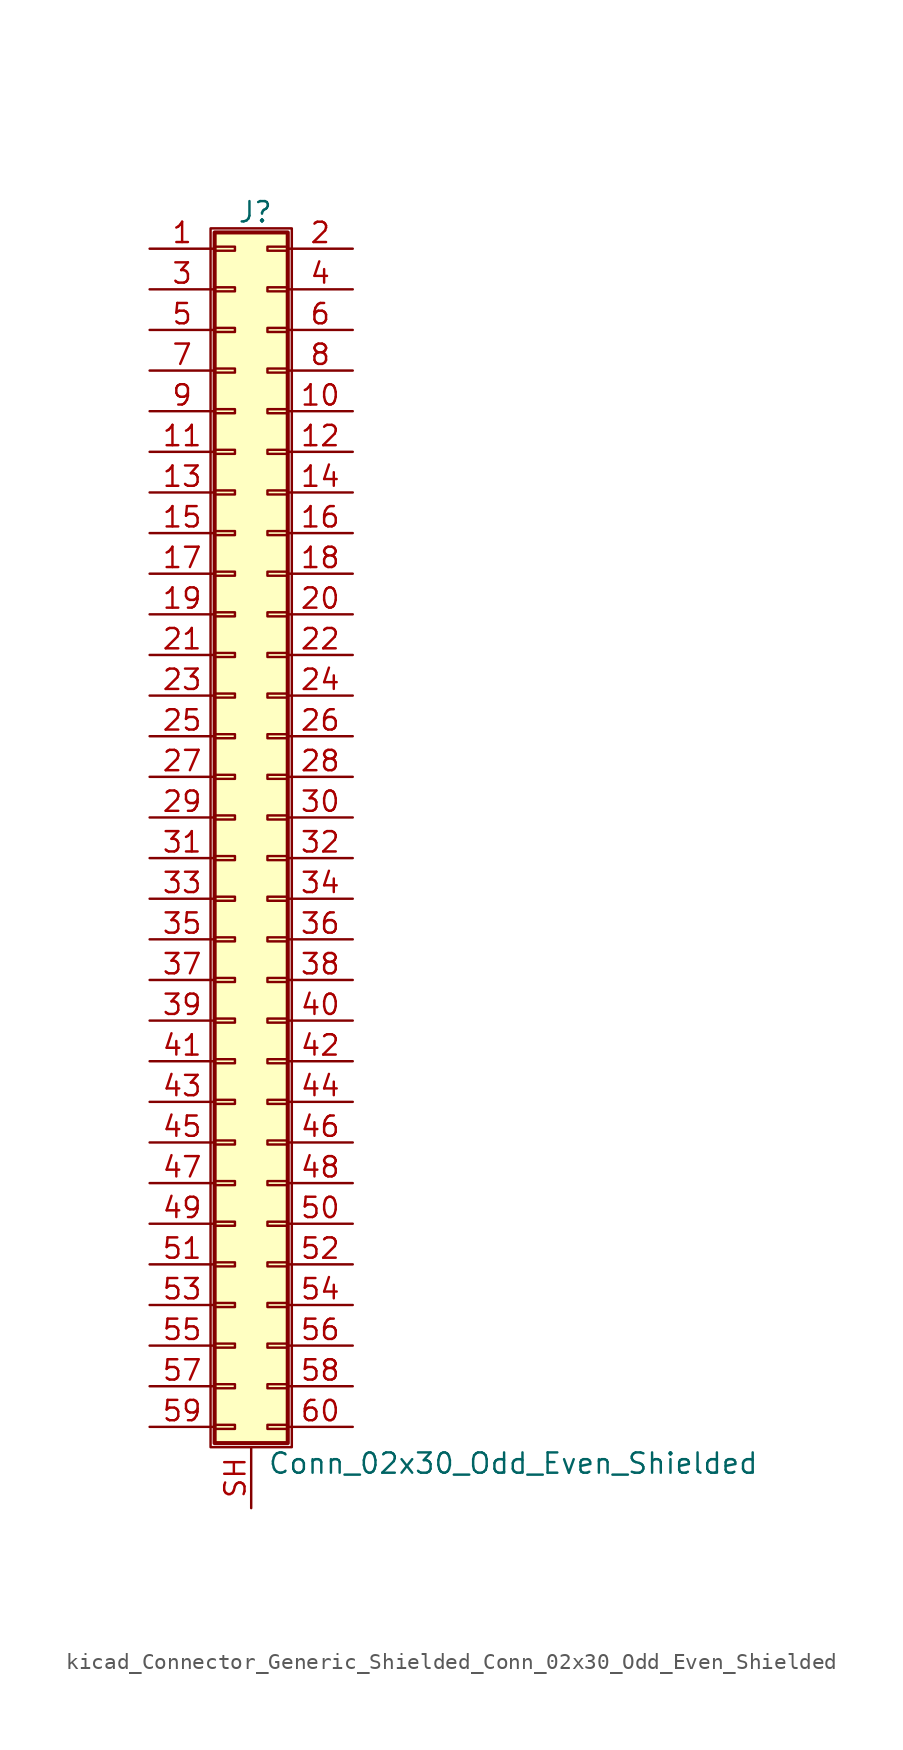
<source format=kicad_sym>
(kicad_symbol_lib
  (version 20220914)
  (generator kicad_symbol_editor)
  (symbol "kicad_Connector_Generic_Shielded_Conn_02x30_Odd_Even_Shielded"
    (pin_names
      (offset 1.016) hide)
    (property "Reference" "J"
      (at 1.524 37.846 0)
      (effects (font (size 1.27 1.27))))
    (property "Value" "Conn_02x30_Odd_Even_Shielded"
      (at 2.286 -40.386 0)
      (effects (font (size 1.27 1.27)) (justify left)))
    (symbol "kicad_Connector_Generic_Shielded_Conn_02x30_Odd_Even_Shielded_1_1"
      (rectangle (start -1.27 36.83) (end 3.81 -39.37) (stroke (width 0.152) (type default)) (fill (type none)))
      (rectangle (start -1.016 -37.973) (end 0.254 -38.227) (stroke (width 0.152) (type default)) (fill (type none)))
      (rectangle (start -1.016 -35.433) (end 0.254 -35.687) (stroke (width 0.152) (type default)) (fill (type none)))
      (rectangle (start -1.016 -32.893) (end 0.254 -33.147) (stroke (width 0.152) (type default)) (fill (type none)))
      (rectangle (start -1.016 -30.353) (end 0.254 -30.607) (stroke (width 0.152) (type default)) (fill (type none)))
      (rectangle (start -1.016 -27.813) (end 0.254 -28.067) (stroke (width 0.152) (type default)) (fill (type none)))
      (rectangle (start -1.016 -25.273) (end 0.254 -25.527) (stroke (width 0.152) (type default)) (fill (type none)))
      (rectangle (start -1.016 -22.733) (end 0.254 -22.987) (stroke (width 0.152) (type default)) (fill (type none)))
      (rectangle (start -1.016 -20.193) (end 0.254 -20.447) (stroke (width 0.152) (type default)) (fill (type none)))
      (rectangle (start -1.016 -17.653) (end 0.254 -17.907) (stroke (width 0.152) (type default)) (fill (type none)))
      (rectangle (start -1.016 -15.113) (end 0.254 -15.367) (stroke (width 0.152) (type default)) (fill (type none)))
      (rectangle (start -1.016 -12.573) (end 0.254 -12.827) (stroke (width 0.152) (type default)) (fill (type none)))
      (rectangle (start -1.016 -10.033) (end 0.254 -10.287) (stroke (width 0.152) (type default)) (fill (type none)))
      (rectangle (start -1.016 -7.493) (end 0.254 -7.747) (stroke (width 0.152) (type default)) (fill (type none)))
      (rectangle (start -1.016 -4.953) (end 0.254 -5.207) (stroke (width 0.152) (type default)) (fill (type none)))
      (rectangle (start -1.016 -2.413) (end 0.254 -2.667) (stroke (width 0.152) (type default)) (fill (type none)))
      (rectangle (start -1.016 0.127) (end 0.254 -0.127) (stroke (width 0.152) (type default)) (fill (type none)))
      (rectangle (start -1.016 2.667) (end 0.254 2.413) (stroke (width 0.152) (type default)) (fill (type none)))
      (rectangle (start -1.016 5.207) (end 0.254 4.953) (stroke (width 0.152) (type default)) (fill (type none)))
      (rectangle (start -1.016 7.747) (end 0.254 7.493) (stroke (width 0.152) (type default)) (fill (type none)))
      (rectangle (start -1.016 10.287) (end 0.254 10.033) (stroke (width 0.152) (type default)) (fill (type none)))
      (rectangle (start -1.016 12.827) (end 0.254 12.573) (stroke (width 0.152) (type default)) (fill (type none)))
      (rectangle (start -1.016 15.367) (end 0.254 15.113) (stroke (width 0.152) (type default)) (fill (type none)))
      (rectangle (start -1.016 17.907) (end 0.254 17.653) (stroke (width 0.152) (type default)) (fill (type none)))
      (rectangle (start -1.016 20.447) (end 0.254 20.193) (stroke (width 0.152) (type default)) (fill (type none)))
      (rectangle (start -1.016 22.987) (end 0.254 22.733) (stroke (width 0.152) (type default)) (fill (type none)))
      (rectangle (start -1.016 25.527) (end 0.254 25.273) (stroke (width 0.152) (type default)) (fill (type none)))
      (rectangle (start -1.016 28.067) (end 0.254 27.813) (stroke (width 0.152) (type default)) (fill (type none)))
      (rectangle (start -1.016 30.607) (end 0.254 30.353) (stroke (width 0.152) (type default)) (fill (type none)))
      (rectangle (start -1.016 33.147) (end 0.254 32.893) (stroke (width 0.152) (type default)) (fill (type none)))
      (rectangle (start -1.016 35.687) (end 0.254 35.433) (stroke (width 0.152) (type default)) (fill (type none)))
      (rectangle (start -1.016 36.576) (end 3.556 -39.116) (stroke (width 0.254) (type default)) (fill (type background)))
      (rectangle (start 3.556 -37.973) (end 2.286 -38.227) (stroke (width 0.152) (type default)) (fill (type none)))
      (rectangle (start 3.556 -35.433) (end 2.286 -35.687) (stroke (width 0.152) (type default)) (fill (type none)))
      (rectangle (start 3.556 -32.893) (end 2.286 -33.147) (stroke (width 0.152) (type default)) (fill (type none)))
      (rectangle (start 3.556 -30.353) (end 2.286 -30.607) (stroke (width 0.152) (type default)) (fill (type none)))
      (rectangle (start 3.556 -27.813) (end 2.286 -28.067) (stroke (width 0.152) (type default)) (fill (type none)))
      (rectangle (start 3.556 -25.273) (end 2.286 -25.527) (stroke (width 0.152) (type default)) (fill (type none)))
      (rectangle (start 3.556 -22.733) (end 2.286 -22.987) (stroke (width 0.152) (type default)) (fill (type none)))
      (rectangle (start 3.556 -20.193) (end 2.286 -20.447) (stroke (width 0.152) (type default)) (fill (type none)))
      (rectangle (start 3.556 -17.653) (end 2.286 -17.907) (stroke (width 0.152) (type default)) (fill (type none)))
      (rectangle (start 3.556 -15.113) (end 2.286 -15.367) (stroke (width 0.152) (type default)) (fill (type none)))
      (rectangle (start 3.556 -12.573) (end 2.286 -12.827) (stroke (width 0.152) (type default)) (fill (type none)))
      (rectangle (start 3.556 -10.033) (end 2.286 -10.287) (stroke (width 0.152) (type default)) (fill (type none)))
      (rectangle (start 3.556 -7.493) (end 2.286 -7.747) (stroke (width 0.152) (type default)) (fill (type none)))
      (rectangle (start 3.556 -4.953) (end 2.286 -5.207) (stroke (width 0.152) (type default)) (fill (type none)))
      (rectangle (start 3.556 -2.413) (end 2.286 -2.667) (stroke (width 0.152) (type default)) (fill (type none)))
      (rectangle (start 3.556 0.127) (end 2.286 -0.127) (stroke (width 0.152) (type default)) (fill (type none)))
      (rectangle (start 3.556 2.667) (end 2.286 2.413) (stroke (width 0.152) (type default)) (fill (type none)))
      (rectangle (start 3.556 5.207) (end 2.286 4.953) (stroke (width 0.152) (type default)) (fill (type none)))
      (rectangle (start 3.556 7.747) (end 2.286 7.493) (stroke (width 0.152) (type default)) (fill (type none)))
      (rectangle (start 3.556 10.287) (end 2.286 10.033) (stroke (width 0.152) (type default)) (fill (type none)))
      (rectangle (start 3.556 12.827) (end 2.286 12.573) (stroke (width 0.152) (type default)) (fill (type none)))
      (rectangle (start 3.556 15.367) (end 2.286 15.113) (stroke (width 0.152) (type default)) (fill (type none)))
      (rectangle (start 3.556 17.907) (end 2.286 17.653) (stroke (width 0.152) (type default)) (fill (type none)))
      (rectangle (start 3.556 20.447) (end 2.286 20.193) (stroke (width 0.152) (type default)) (fill (type none)))
      (rectangle (start 3.556 22.987) (end 2.286 22.733) (stroke (width 0.152) (type default)) (fill (type none)))
      (rectangle (start 3.556 25.527) (end 2.286 25.273) (stroke (width 0.152) (type default)) (fill (type none)))
      (rectangle (start 3.556 28.067) (end 2.286 27.813) (stroke (width 0.152) (type default)) (fill (type none)))
      (rectangle (start 3.556 30.607) (end 2.286 30.353) (stroke (width 0.152) (type default)) (fill (type none)))
      (rectangle (start 3.556 33.147) (end 2.286 32.893) (stroke (width 0.152) (type default)) (fill (type none)))
      (rectangle (start 3.556 35.687) (end 2.286 35.433) (stroke (width 0.152) (type default)) (fill (type none)))
      (pin passive line (at -5.08 35.56 0) (length 4.064) (name "Pin_1" (effects (font (size 1.27 1.27)))) (number "1" (effects (font (size 1.27 1.27)))))
      (pin passive line (at 7.62 25.4 180) (length 4.064) (name "Pin_10" (effects (font (size 1.27 1.27)))) (number "10" (effects (font (size 1.27 1.27)))))
      (pin passive line (at -5.08 22.86 0) (length 4.064) (name "Pin_11" (effects (font (size 1.27 1.27)))) (number "11" (effects (font (size 1.27 1.27)))))
      (pin passive line (at 7.62 22.86 180) (length 4.064) (name "Pin_12" (effects (font (size 1.27 1.27)))) (number "12" (effects (font (size 1.27 1.27)))))
      (pin passive line (at -5.08 20.32 0) (length 4.064) (name "Pin_13" (effects (font (size 1.27 1.27)))) (number "13" (effects (font (size 1.27 1.27)))))
      (pin passive line (at 7.62 20.32 180) (length 4.064) (name "Pin_14" (effects (font (size 1.27 1.27)))) (number "14" (effects (font (size 1.27 1.27)))))
      (pin passive line (at -5.08 17.78 0) (length 4.064) (name "Pin_15" (effects (font (size 1.27 1.27)))) (number "15" (effects (font (size 1.27 1.27)))))
      (pin passive line (at 7.62 17.78 180) (length 4.064) (name "Pin_16" (effects (font (size 1.27 1.27)))) (number "16" (effects (font (size 1.27 1.27)))))
      (pin passive line (at -5.08 15.24 0) (length 4.064) (name "Pin_17" (effects (font (size 1.27 1.27)))) (number "17" (effects (font (size 1.27 1.27)))))
      (pin passive line (at 7.62 15.24 180) (length 4.064) (name "Pin_18" (effects (font (size 1.27 1.27)))) (number "18" (effects (font (size 1.27 1.27)))))
      (pin passive line (at -5.08 12.7 0) (length 4.064) (name "Pin_19" (effects (font (size 1.27 1.27)))) (number "19" (effects (font (size 1.27 1.27)))))
      (pin passive line (at 7.62 35.56 180) (length 4.064) (name "Pin_2" (effects (font (size 1.27 1.27)))) (number "2" (effects (font (size 1.27 1.27)))))
      (pin passive line (at 7.62 12.7 180) (length 4.064) (name "Pin_20" (effects (font (size 1.27 1.27)))) (number "20" (effects (font (size 1.27 1.27)))))
      (pin passive line (at -5.08 10.16 0) (length 4.064) (name "Pin_21" (effects (font (size 1.27 1.27)))) (number "21" (effects (font (size 1.27 1.27)))))
      (pin passive line (at 7.62 10.16 180) (length 4.064) (name "Pin_22" (effects (font (size 1.27 1.27)))) (number "22" (effects (font (size 1.27 1.27)))))
      (pin passive line (at -5.08 7.62 0) (length 4.064) (name "Pin_23" (effects (font (size 1.27 1.27)))) (number "23" (effects (font (size 1.27 1.27)))))
      (pin passive line (at 7.62 7.62 180) (length 4.064) (name "Pin_24" (effects (font (size 1.27 1.27)))) (number "24" (effects (font (size 1.27 1.27)))))
      (pin passive line (at -5.08 5.08 0) (length 4.064) (name "Pin_25" (effects (font (size 1.27 1.27)))) (number "25" (effects (font (size 1.27 1.27)))))
      (pin passive line (at 7.62 5.08 180) (length 4.064) (name "Pin_26" (effects (font (size 1.27 1.27)))) (number "26" (effects (font (size 1.27 1.27)))))
      (pin passive line (at -5.08 2.54 0) (length 4.064) (name "Pin_27" (effects (font (size 1.27 1.27)))) (number "27" (effects (font (size 1.27 1.27)))))
      (pin passive line (at 7.62 2.54 180) (length 4.064) (name "Pin_28" (effects (font (size 1.27 1.27)))) (number "28" (effects (font (size 1.27 1.27)))))
      (pin passive line (at -5.08 0 0) (length 4.064) (name "Pin_29" (effects (font (size 1.27 1.27)))) (number "29" (effects (font (size 1.27 1.27)))))
      (pin passive line (at -5.08 33.02 0) (length 4.064) (name "Pin_3" (effects (font (size 1.27 1.27)))) (number "3" (effects (font (size 1.27 1.27)))))
      (pin passive line (at 7.62 0 180) (length 4.064) (name "Pin_30" (effects (font (size 1.27 1.27)))) (number "30" (effects (font (size 1.27 1.27)))))
      (pin passive line (at -5.08 -2.54 0) (length 4.064) (name "Pin_31" (effects (font (size 1.27 1.27)))) (number "31" (effects (font (size 1.27 1.27)))))
      (pin passive line (at 7.62 -2.54 180) (length 4.064) (name "Pin_32" (effects (font (size 1.27 1.27)))) (number "32" (effects (font (size 1.27 1.27)))))
      (pin passive line (at -5.08 -5.08 0) (length 4.064) (name "Pin_33" (effects (font (size 1.27 1.27)))) (number "33" (effects (font (size 1.27 1.27)))))
      (pin passive line (at 7.62 -5.08 180) (length 4.064) (name "Pin_34" (effects (font (size 1.27 1.27)))) (number "34" (effects (font (size 1.27 1.27)))))
      (pin passive line (at -5.08 -7.62 0) (length 4.064) (name "Pin_35" (effects (font (size 1.27 1.27)))) (number "35" (effects (font (size 1.27 1.27)))))
      (pin passive line (at 7.62 -7.62 180) (length 4.064) (name "Pin_36" (effects (font (size 1.27 1.27)))) (number "36" (effects (font (size 1.27 1.27)))))
      (pin passive line (at -5.08 -10.16 0) (length 4.064) (name "Pin_37" (effects (font (size 1.27 1.27)))) (number "37" (effects (font (size 1.27 1.27)))))
      (pin passive line (at 7.62 -10.16 180) (length 4.064) (name "Pin_38" (effects (font (size 1.27 1.27)))) (number "38" (effects (font (size 1.27 1.27)))))
      (pin passive line (at -5.08 -12.7 0) (length 4.064) (name "Pin_39" (effects (font (size 1.27 1.27)))) (number "39" (effects (font (size 1.27 1.27)))))
      (pin passive line (at 7.62 33.02 180) (length 4.064) (name "Pin_4" (effects (font (size 1.27 1.27)))) (number "4" (effects (font (size 1.27 1.27)))))
      (pin passive line (at 7.62 -12.7 180) (length 4.064) (name "Pin_40" (effects (font (size 1.27 1.27)))) (number "40" (effects (font (size 1.27 1.27)))))
      (pin passive line (at -5.08 -15.24 0) (length 4.064) (name "Pin_41" (effects (font (size 1.27 1.27)))) (number "41" (effects (font (size 1.27 1.27)))))
      (pin passive line (at 7.62 -15.24 180) (length 4.064) (name "Pin_42" (effects (font (size 1.27 1.27)))) (number "42" (effects (font (size 1.27 1.27)))))
      (pin passive line (at -5.08 -17.78 0) (length 4.064) (name "Pin_43" (effects (font (size 1.27 1.27)))) (number "43" (effects (font (size 1.27 1.27)))))
      (pin passive line (at 7.62 -17.78 180) (length 4.064) (name "Pin_44" (effects (font (size 1.27 1.27)))) (number "44" (effects (font (size 1.27 1.27)))))
      (pin passive line (at -5.08 -20.32 0) (length 4.064) (name "Pin_45" (effects (font (size 1.27 1.27)))) (number "45" (effects (font (size 1.27 1.27)))))
      (pin passive line (at 7.62 -20.32 180) (length 4.064) (name "Pin_46" (effects (font (size 1.27 1.27)))) (number "46" (effects (font (size 1.27 1.27)))))
      (pin passive line (at -5.08 -22.86 0) (length 4.064) (name "Pin_47" (effects (font (size 1.27 1.27)))) (number "47" (effects (font (size 1.27 1.27)))))
      (pin passive line (at 7.62 -22.86 180) (length 4.064) (name "Pin_48" (effects (font (size 1.27 1.27)))) (number "48" (effects (font (size 1.27 1.27)))))
      (pin passive line (at -5.08 -25.4 0) (length 4.064) (name "Pin_49" (effects (font (size 1.27 1.27)))) (number "49" (effects (font (size 1.27 1.27)))))
      (pin passive line (at -5.08 30.48 0) (length 4.064) (name "Pin_5" (effects (font (size 1.27 1.27)))) (number "5" (effects (font (size 1.27 1.27)))))
      (pin passive line (at 7.62 -25.4 180) (length 4.064) (name "Pin_50" (effects (font (size 1.27 1.27)))) (number "50" (effects (font (size 1.27 1.27)))))
      (pin passive line (at -5.08 -27.94 0) (length 4.064) (name "Pin_51" (effects (font (size 1.27 1.27)))) (number "51" (effects (font (size 1.27 1.27)))))
      (pin passive line (at 7.62 -27.94 180) (length 4.064) (name "Pin_52" (effects (font (size 1.27 1.27)))) (number "52" (effects (font (size 1.27 1.27)))))
      (pin passive line (at -5.08 -30.48 0) (length 4.064) (name "Pin_53" (effects (font (size 1.27 1.27)))) (number "53" (effects (font (size 1.27 1.27)))))
      (pin passive line (at 7.62 -30.48 180) (length 4.064) (name "Pin_54" (effects (font (size 1.27 1.27)))) (number "54" (effects (font (size 1.27 1.27)))))
      (pin passive line (at -5.08 -33.02 0) (length 4.064) (name "Pin_55" (effects (font (size 1.27 1.27)))) (number "55" (effects (font (size 1.27 1.27)))))
      (pin passive line (at 7.62 -33.02 180) (length 4.064) (name "Pin_56" (effects (font (size 1.27 1.27)))) (number "56" (effects (font (size 1.27 1.27)))))
      (pin passive line (at -5.08 -35.56 0) (length 4.064) (name "Pin_57" (effects (font (size 1.27 1.27)))) (number "57" (effects (font (size 1.27 1.27)))))
      (pin passive line (at 7.62 -35.56 180) (length 4.064) (name "Pin_58" (effects (font (size 1.27 1.27)))) (number "58" (effects (font (size 1.27 1.27)))))
      (pin passive line (at -5.08 -38.1 0) (length 4.064) (name "Pin_59" (effects (font (size 1.27 1.27)))) (number "59" (effects (font (size 1.27 1.27)))))
      (pin passive line (at 7.62 30.48 180) (length 4.064) (name "Pin_6" (effects (font (size 1.27 1.27)))) (number "6" (effects (font (size 1.27 1.27)))))
      (pin passive line (at 7.62 -38.1 180) (length 4.064) (name "Pin_60" (effects (font (size 1.27 1.27)))) (number "60" (effects (font (size 1.27 1.27)))))
      (pin passive line (at -5.08 27.94 0) (length 4.064) (name "Pin_7" (effects (font (size 1.27 1.27)))) (number "7" (effects (font (size 1.27 1.27)))))
      (pin passive line (at 7.62 27.94 180) (length 4.064) (name "Pin_8" (effects (font (size 1.27 1.27)))) (number "8" (effects (font (size 1.27 1.27)))))
      (pin passive line (at -5.08 25.4 0) (length 4.064) (name "Pin_9" (effects (font (size 1.27 1.27)))) (number "9" (effects (font (size 1.27 1.27)))))
      (pin passive line (at 1.27 -43.18 90) (length 3.81) (name "Shield" (effects (font (size 1.27 1.27)))) (number "SH" (effects (font (size 1.27 1.27))))))))
</source>
